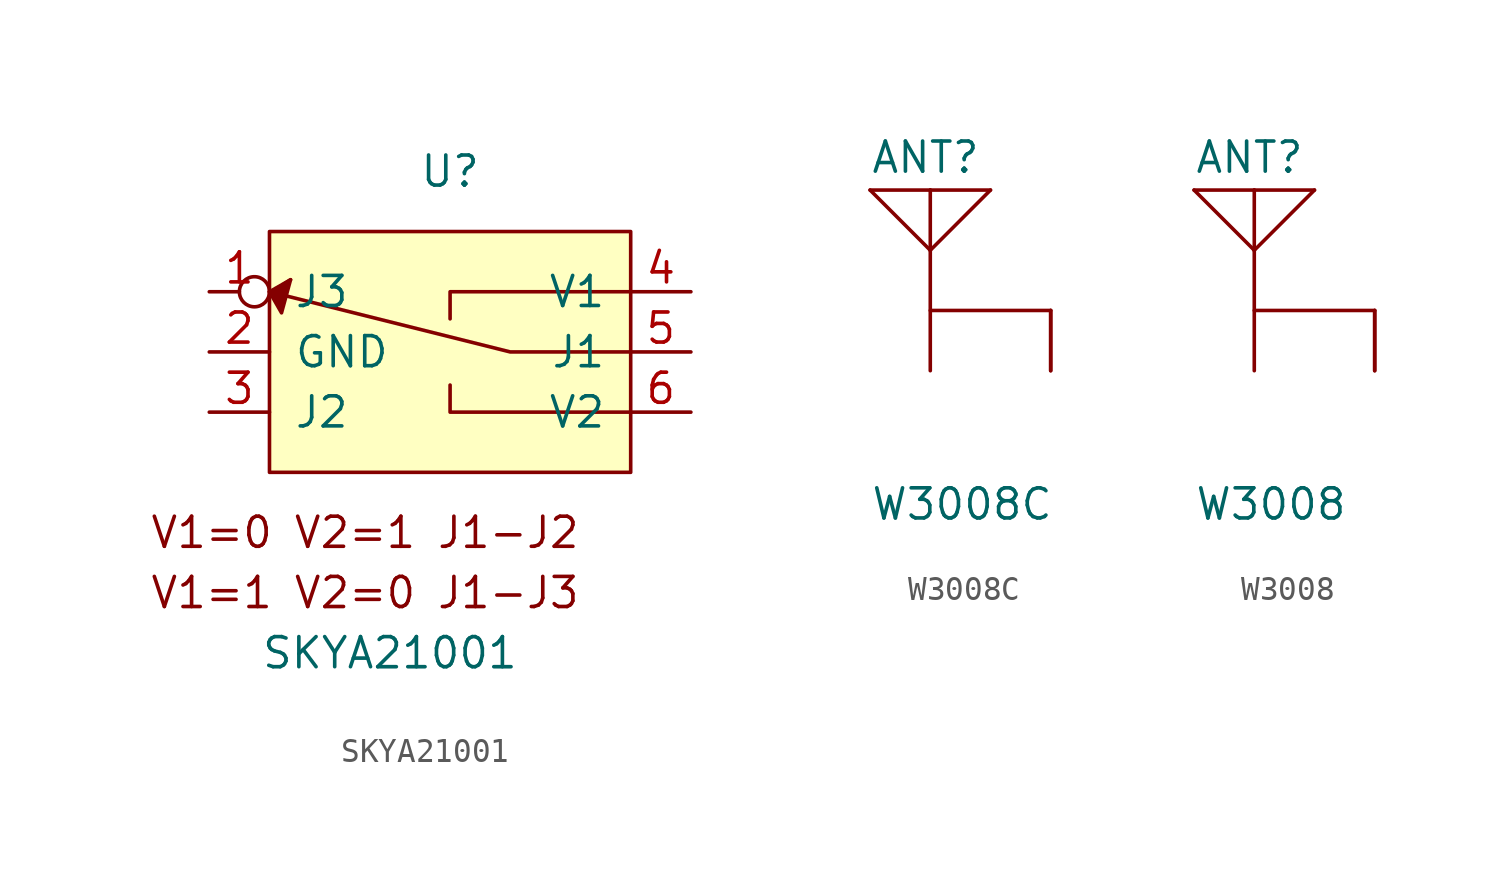
<source format=kicad_sym>
(kicad_symbol_lib
  (version 20211014)
  (generator kicad_symbol_editor)
  (symbol "SKYA21001"
    (pin_names
      (offset 1.016))
    (property "Reference" "U"
      (at 0 7.62 0)
      (effects (font (size 1.27 1.27))))
    (property "Value" "SKYA21001"
      (at -2.54 -12.7 0)
      (effects (font (size 1.27 1.27))))
    (symbol "SKYA21001_0_0"
      (text "V1=0 V2=1 J1-J2" (at -12.7 -7.62 0) (effects (font (size 1.27 1.27)) (justify left)))
      (text "V1=1 V2=0 J1-J3" (at -12.7 -10.16 0) (effects (font (size 1.27 1.27)) (justify left))))
    (symbol "SKYA21001_0_1"
      (rectangle (start -7.62 5.08) (end 7.62 -5.08) (stroke (width 0) (type default) (color 0 0 0 0)) (fill (type background)))
      (polyline (pts (xy -7.62 2.54) (xy -6.731 3.048)) (stroke (width 0) (type default) (color 0 0 0 0)) (fill (type none)))
      (polyline (pts (xy 7.62 -2.54) (xy 0 -2.54) (xy 0 -1.397)) (stroke (width 0) (type default) (color 0 0 0 0)) (fill (type none)))
      (polyline (pts (xy 7.62 0) (xy 2.54 0) (xy -7.62 2.54)) (stroke (width 0) (type default) (color 0 0 0 0)) (fill (type none)))
      (polyline (pts (xy 7.62 2.54) (xy 0 2.54) (xy 0 1.397)) (stroke (width 0) (type default) (color 0 0 0 0)) (fill (type none)))
      (polyline (pts (xy -7.62 2.54) (xy -7.112 1.651) (xy -6.731 3.048) (xy -7.493 2.54)) (stroke (width 0) (type default) (color 0 0 0 0)) (fill (type outline))))
    (symbol "SKYA21001_1_1"
      (pin passive inverted (at -10.16 2.54 0) (length 2.54) (name "J3" (effects (font (size 1.27 1.27)))) (number "1" (effects (font (size 1.27 1.27)))))
      (pin power_in line (at -10.16 0 0) (length 2.54) (name "GND" (effects (font (size 1.27 1.27)))) (number "2" (effects (font (size 1.27 1.27)))))
      (pin passive line (at -10.16 -2.54 0) (length 2.54) (name "J2" (effects (font (size 1.27 1.27)))) (number "3" (effects (font (size 1.27 1.27)))))
      (pin passive line (at 10.16 2.54 180) (length 2.54) (name "V1" (effects (font (size 1.27 1.27)))) (number "4" (effects (font (size 1.27 1.27)))))
      (pin passive line (at 10.16 0 180) (length 2.54) (name "J1" (effects (font (size 1.27 1.27)))) (number "5" (effects (font (size 1.27 1.27)))))
      (pin passive line (at 10.16 -2.54 180) (length 2.54) (name "V2" (effects (font (size 1.27 1.27)))) (number "6" (effects (font (size 1.27 1.27)))))))
  (symbol "W3008C"
    (pin_numbers hide)
    (pin_names
      (offset 1.016) hide)
    (property "Reference" "ANT"
      (at -2.54 5.715 0)
      (effects (font (size 1.27 1.27)) (justify left bottom)))
    (property "Value" "W3008C"
      (at -2.54 -8.915 0)
      (effects (font (size 1.27 1.27)) (justify left bottom)))
    (symbol "W3008C_0_0"
      (polyline (pts (xy -2.54 5.08) (xy 0 2.54)) (stroke (width 0.152) (type default) (color 0 0 0 0)) (fill (type none)))
      (polyline (pts (xy -2.54 5.08) (xy 0 5.08)) (stroke (width 0.152) (type default) (color 0 0 0 0)) (fill (type none)))
      (polyline (pts (xy 0 0) (xy 5.08 0)) (stroke (width 0.152) (type default) (color 0 0 0 0)) (fill (type none)))
      (polyline (pts (xy 0 2.54) (xy 2.54 5.08)) (stroke (width 0.152) (type default) (color 0 0 0 0)) (fill (type none)))
      (polyline (pts (xy 0 5.08) (xy 0 2.54)) (stroke (width 0.152) (type default) (color 0 0 0 0)) (fill (type none)))
      (polyline (pts (xy 0 5.08) (xy 2.54 5.08)) (stroke (width 0.152) (type default) (color 0 0 0 0)) (fill (type none)))
      (pin passive line (at 0 -2.54 90) (length 5.08) (name "FEED" (effects (font (size 1.016 1.016)))) (number "FEED" (effects (font (size 1.016 1.016)))))
      (pin passive line (at 5.08 -2.54 90) (length 2.54) (name "GND" (effects (font (size 1.016 1.016)))) (number "G1" (effects (font (size 1.016 1.016)))))
      (pin passive line (at 5.08 -2.54 90) (length 2.54) (name "GND" (effects (font (size 1.016 1.016)))) (number "G2" (effects (font (size 1.016 1.016)))))))
  (symbol "W3008"
    (pin_numbers hide)
    (pin_names
      (offset 1.016) hide)
    (property "Reference" "ANT"
      (at -2.54 5.715 0)
      (effects (font (size 1.27 1.27)) (justify left bottom)))
    (property "Value" "W3008"
      (at -2.54 -8.915 0)
      (effects (font (size 1.27 1.27)) (justify left bottom)))
    (symbol "W3008_0_0"
      (polyline (pts (xy -2.54 5.08) (xy 0 2.54)) (stroke (width 0.152) (type default) (color 0 0 0 0)) (fill (type none)))
      (polyline (pts (xy -2.54 5.08) (xy 0 5.08)) (stroke (width 0.152) (type default) (color 0 0 0 0)) (fill (type none)))
      (polyline (pts (xy 0 0) (xy 5.08 0)) (stroke (width 0.152) (type default) (color 0 0 0 0)) (fill (type none)))
      (polyline (pts (xy 0 2.54) (xy 2.54 5.08)) (stroke (width 0.152) (type default) (color 0 0 0 0)) (fill (type none)))
      (polyline (pts (xy 0 5.08) (xy 0 2.54)) (stroke (width 0.152) (type default) (color 0 0 0 0)) (fill (type none)))
      (polyline (pts (xy 0 5.08) (xy 2.54 5.08)) (stroke (width 0.152) (type default) (color 0 0 0 0)) (fill (type none)))
      (pin passive line (at 0 -2.54 90) (length 5.08) (name "FEED" (effects (font (size 1.016 1.016)))) (number "FEED" (effects (font (size 1.016 1.016)))))
      (pin passive line (at 5.08 -2.54 90) (length 2.54) (name "GND" (effects (font (size 1.016 1.016)))) (number "G1" (effects (font (size 1.016 1.016)))))
      (pin passive line (at 5.08 -2.54 90) (length 2.54) (name "GND" (effects (font (size 1.016 1.016)))) (number "G2" (effects (font (size 1.016 1.016))))))))
</source>
